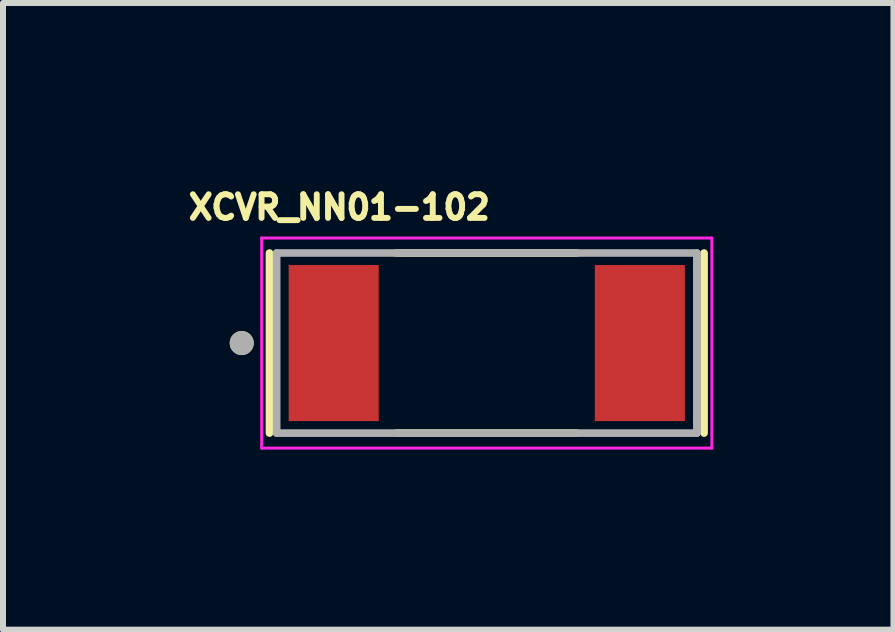
<source format=kicad_pcb>
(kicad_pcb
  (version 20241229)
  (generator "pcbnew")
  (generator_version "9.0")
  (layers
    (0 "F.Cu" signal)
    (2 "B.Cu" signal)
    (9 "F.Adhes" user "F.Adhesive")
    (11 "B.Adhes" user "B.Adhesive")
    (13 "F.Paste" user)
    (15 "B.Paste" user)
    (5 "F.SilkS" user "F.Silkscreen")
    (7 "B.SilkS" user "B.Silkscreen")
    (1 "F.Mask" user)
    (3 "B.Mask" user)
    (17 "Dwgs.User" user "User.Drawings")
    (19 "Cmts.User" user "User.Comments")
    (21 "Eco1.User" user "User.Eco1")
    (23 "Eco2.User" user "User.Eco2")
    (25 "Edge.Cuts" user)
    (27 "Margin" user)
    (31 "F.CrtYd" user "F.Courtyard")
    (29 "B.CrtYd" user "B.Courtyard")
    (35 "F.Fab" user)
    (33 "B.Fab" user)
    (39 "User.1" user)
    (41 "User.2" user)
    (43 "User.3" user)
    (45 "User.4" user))
  (footprint "XCVR_NN01-102"
    (layer "F.Cu")
    (at 5.059 2.665)
    (property "Reference" "XCVR_NN01-102" (at -2.457 -2.262 0) (layer "F.SilkS") (effects (font (size 0.394 0.394) (thickness 0.15))))
    (attr through_hole)
    (fp_line (start -3.62 1.5) (end -3.62 -1.5) (stroke (width 0.127) (type solid)) (layer "F.SilkS"))
    (fp_line (start 1.5 -1.5) (end -1.5 -1.5) (stroke (width 0.127) (type solid)) (layer "F.SilkS"))
    (fp_line (start 1.5 1.5) (end -1.5 1.5) (stroke (width 0.127) (type solid)) (layer "F.SilkS"))
    (fp_line (start 3.62 1.5) (end 3.62 -1.5) (stroke (width 0.127) (type solid)) (layer "F.SilkS"))
    (fp_circle (center -4.082 0) (end -3.982 0) (stroke (width 0.2) (type solid)) (fill no) (layer "F.SilkS"))
    (fp_line (start -3.75 -1.75) (end 3.75 -1.75) (stroke (width 0.05) (type solid)) (layer "F.CrtYd"))
    (fp_line (start -3.75 1.75) (end -3.75 -1.75) (stroke (width 0.05) (type solid)) (layer "F.CrtYd"))
    (fp_line (start -3.75 1.75) (end 3.75 1.75) (stroke (width 0.05) (type solid)) (layer "F.CrtYd"))
    (fp_line (start 3.75 1.75) (end 3.75 -1.75) (stroke (width 0.05) (type solid)) (layer "F.CrtYd"))
    (fp_line (start -3.5 1.5) (end -3.5 -1.5) (stroke (width 0.127) (type solid)) (layer "F.Fab"))
    (fp_line (start 3.5 -1.5) (end -3.5 -1.5) (stroke (width 0.127) (type solid)) (layer "F.Fab"))
    (fp_line (start 3.5 1.5) (end -3.5 1.5) (stroke (width 0.127) (type solid)) (layer "F.Fab"))
    (fp_line (start 3.5 1.5) (end 3.5 -1.5) (stroke (width 0.127) (type solid)) (layer "F.Fab"))
    (fp_circle (center -4.082 0) (end -3.982 0) (stroke (width 0.2) (type solid)) (fill no) (layer "F.Fab"))
    (pad "1" smd rect (at -2.55 0) (size 1.5 2.6) (layers "F.Cu" "F.Mask" "F.Paste"))
    (pad "2" smd rect (at 2.55 0) (size 1.5 2.6) (layers "F.Cu" "F.Mask" "F.Paste"))
    (zone (net_name "") (layer "F.Cu") (hatch full 0.508) (connect_pads) (min_thickness 0.01) (filled_areas_thickness no) (keepout (tracks not_allowed) (vias not_allowed) (pads not_allowed) (copperpour not_allowed) (footprints allowed)) (placement (enabled no)) (fill) (polygon (pts (xy 1.559 1.365) (xy 3.259 1.365) (xy 3.259 3.965) (xy 1.559 3.965) (xy 1.559 4.165) (xy 8.559 4.165) (xy 8.549 3.965) (xy 6.859 3.965) (xy 6.859 1.365) (xy 8.559 1.365) (xy 8.559 1.165) (xy 1.559 1.165))))
    (zone (net_name "") (layers "F.Cu" "B.Cu") (hatch full 0.508) (connect_pads) (min_thickness 0.01) (filled_areas_thickness no) (keepout (tracks allowed) (vias not_allowed) (pads allowed) (copperpour allowed) (footprints allowed)) (placement (enabled no)) (fill) (polygon (pts (xy 1.559 1.365) (xy 3.259 1.365) (xy 3.259 3.965) (xy 1.559 3.965) (xy 1.559 4.165) (xy 8.559 4.165) (xy 8.549 3.965) (xy 6.859 3.965) (xy 6.859 1.365) (xy 8.559 1.365) (xy 8.559 1.165) (xy 1.559 1.165)))))
  (gr_rect
    (start -3 -3)
    (end 11.834 7.44)
    (stroke (width 0.1) (type default))
    (fill no)
    (layer "Edge.Cuts")))
</source>
